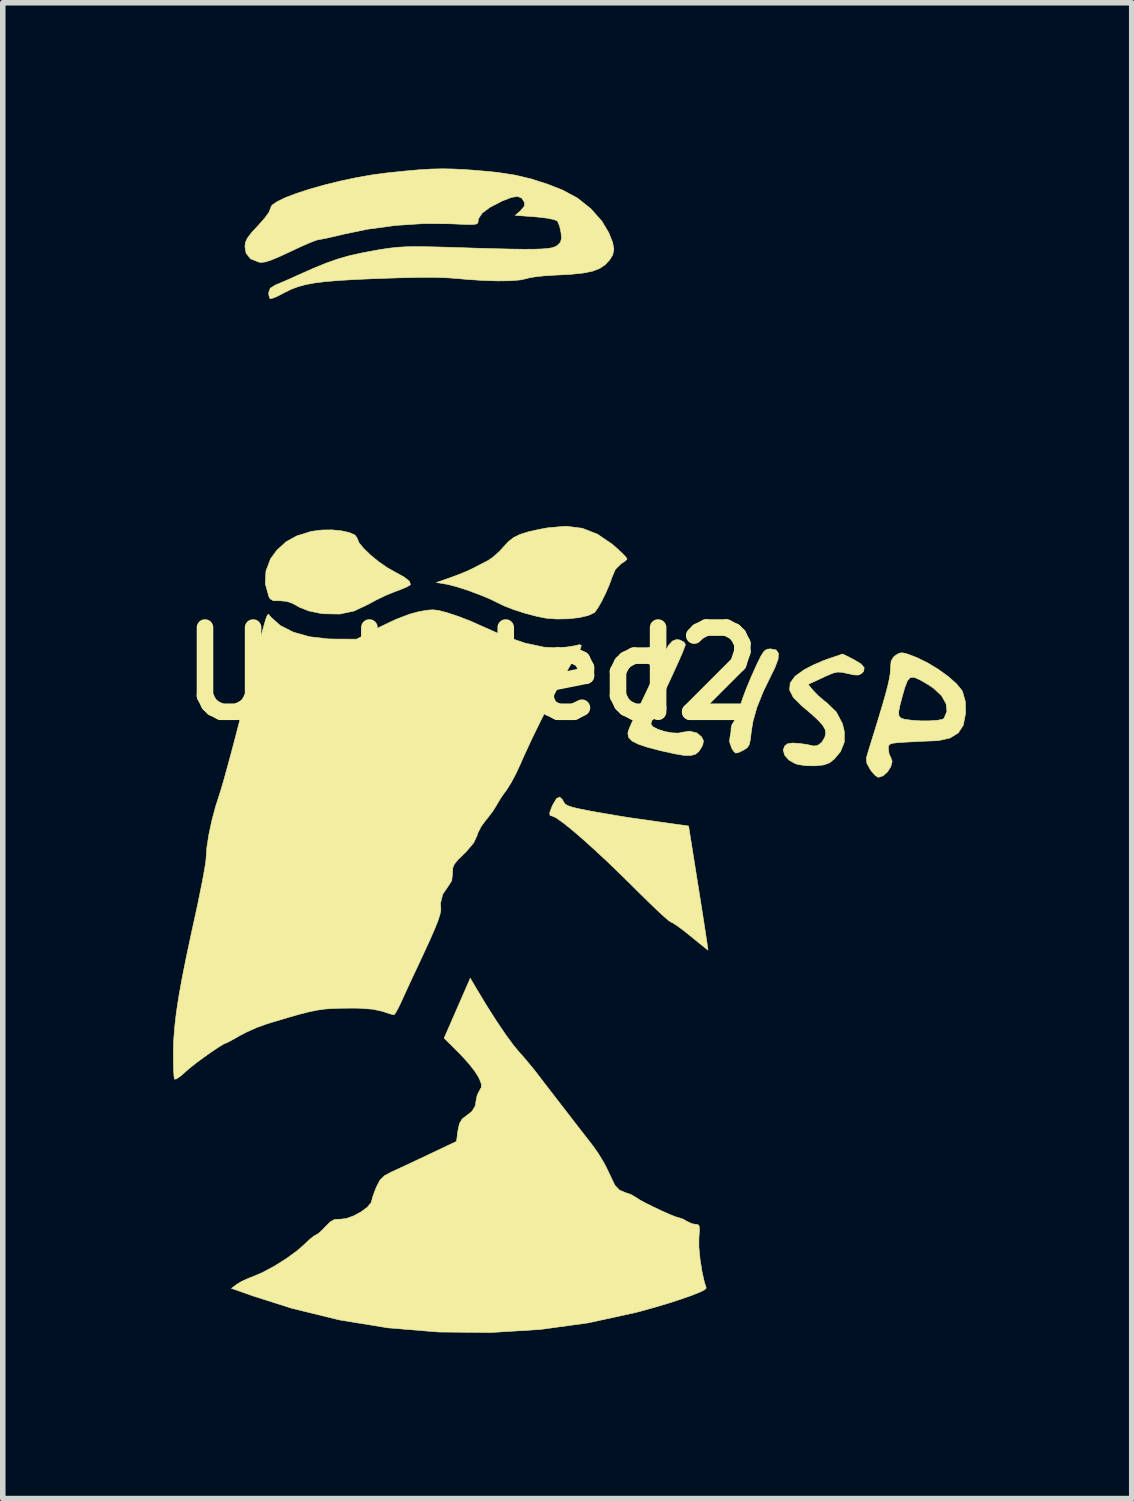
<source format=kicad_pcb>
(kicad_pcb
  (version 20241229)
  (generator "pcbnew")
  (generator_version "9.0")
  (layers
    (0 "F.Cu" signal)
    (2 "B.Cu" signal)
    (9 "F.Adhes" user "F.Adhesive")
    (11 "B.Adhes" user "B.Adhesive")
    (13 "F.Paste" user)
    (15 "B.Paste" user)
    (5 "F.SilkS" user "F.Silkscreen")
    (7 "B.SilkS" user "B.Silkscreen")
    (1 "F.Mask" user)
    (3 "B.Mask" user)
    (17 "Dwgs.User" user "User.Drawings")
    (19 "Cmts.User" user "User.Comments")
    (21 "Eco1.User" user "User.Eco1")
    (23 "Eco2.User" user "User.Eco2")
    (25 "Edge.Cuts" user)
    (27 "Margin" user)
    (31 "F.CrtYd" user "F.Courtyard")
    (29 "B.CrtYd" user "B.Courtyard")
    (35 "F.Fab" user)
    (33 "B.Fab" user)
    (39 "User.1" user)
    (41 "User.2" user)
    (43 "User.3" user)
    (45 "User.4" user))
  (footprint "Untitled2"
    (layer "F.Cu")
    (at 5.486 9.142)
    (property "Reference" "Untitled2" (at 0 0 0) (layer "F.SilkS") (effects (font (size 1.524 1.524) (thickness 0.3))))
    (attr through_hole)
    (fp_poly (pts (xy 5.508 -0.43) (xy 5.553 -0.369) (xy 5.546 -0.261) (xy 5.485 -0.101) (xy 5.443 -0.017) (xy 5.279 0.32) (xy 5.162 0.611) (xy 5.09 0.868) (xy 5.061 1.049) (xy 5.044 1.195) (xy 5.023 1.285) (xy 4.989 1.338) (xy 4.934 1.376) (xy 4.914 1.386) (xy 4.824 1.43) (xy 4.777 1.437) (xy 4.742 1.404) (xy 4.708 1.352) (xy 4.666 1.228) (xy 4.676 1.147) (xy 4.694 1.049) (xy 4.695 0.986) (xy 4.711 0.923) (xy 4.762 0.839) (xy 4.765 0.834) (xy 4.822 0.741) (xy 4.846 0.661) (xy 4.846 0.66) (xy 4.862 0.579) (xy 4.906 0.443) (xy 4.972 0.268) (xy 5.055 0.069) (xy 5.148 -0.139) (xy 5.174 -0.195) (xy 5.241 -0.329) (xy 5.292 -0.406) (xy 5.342 -0.441) (xy 5.404 -0.449) (xy 5.408 -0.449) (xy 5.508 -0.43)) (stroke (width 0.01) (type solid)) (fill yes) (layer "F.SilkS"))
    (fp_poly (pts (xy -2.356 -2.585) (xy -2.212 -2.553) (xy -2.112 -2.508) (xy -2.071 -2.452) (xy -2.071 -2.449) (xy -2.04 -2.371) (xy -1.955 -2.267) (xy -1.832 -2.148) (xy -1.684 -2.027) (xy -1.526 -1.917) (xy -1.387 -1.839) (xy -1.22 -1.747) (xy -1.127 -1.672) (xy -1.108 -1.616) (xy -1.117 -1.603) (xy -1.172 -1.571) (xy -1.277 -1.526) (xy -1.388 -1.485) (xy -1.546 -1.421) (xy -1.727 -1.334) (xy -1.875 -1.254) (xy -2.128 -1.134) (xy -2.386 -1.079) (xy -2.672 -1.084) (xy -2.755 -1.095) (xy -2.946 -1.135) (xy -3.113 -1.201) (xy -3.243 -1.273) (xy -3.35 -1.309) (xy -3.476 -1.32) (xy -3.485 -1.319) (xy -3.59 -1.321) (xy -3.647 -1.355) (xy -3.669 -1.393) (xy -3.734 -1.624) (xy -3.723 -1.856) (xy -3.64 -2.077) (xy -3.527 -2.232) (xy -3.36 -2.386) (xy -3.166 -2.493) (xy -2.925 -2.568) (xy -2.879 -2.578) (xy -2.706 -2.6) (xy -2.526 -2.602) (xy -2.356 -2.585)) (stroke (width 0.01) (type solid)) (fill yes) (layer "F.SilkS"))
    (fp_poly (pts (xy 3.767 -0.61) (xy 3.842 -0.572) (xy 3.869 -0.527) (xy 3.852 -0.475) (xy 3.808 -0.364) (xy 3.739 -0.208) (xy 3.653 -0.017) (xy 3.556 0.191) (xy 3.457 0.402) (xy 3.371 0.593) (xy 3.303 0.749) (xy 3.259 0.859) (xy 3.243 0.911) (xy 3.279 0.96) (xy 3.369 1.007) (xy 3.491 1.046) (xy 3.622 1.071) (xy 3.739 1.076) (xy 3.797 1.064) (xy 3.943 1.04) (xy 4.076 1.073) (xy 4.161 1.144) (xy 4.195 1.214) (xy 4.183 1.285) (xy 4.163 1.327) (xy 4.112 1.407) (xy 4.051 1.458) (xy 3.966 1.481) (xy 3.844 1.479) (xy 3.673 1.45) (xy 3.44 1.398) (xy 3.438 1.398) (xy 3.193 1.335) (xy 3.016 1.276) (xy 2.902 1.218) (xy 2.841 1.154) (xy 2.827 1.082) (xy 2.835 1.04) (xy 2.86 0.974) (xy 2.913 0.854) (xy 2.985 0.699) (xy 3.066 0.528) (xy 3.164 0.324) (xy 3.263 0.112) (xy 3.352 -0.081) (xy 3.403 -0.195) (xy 3.492 -0.389) (xy 3.567 -0.517) (xy 3.634 -0.59) (xy 3.703 -0.617) (xy 3.767 -0.61)) (stroke (width 0.01) (type solid)) (fill yes) (layer "F.SilkS"))
    (fp_poly (pts (xy 2.004 -2.631) (xy 2.279 -2.523) (xy 2.546 -2.341) (xy 2.617 -2.279) (xy 2.716 -2.187) (xy 2.787 -2.114) (xy 2.813 -2.077) (xy 2.783 -2.042) (xy 2.709 -1.992) (xy 2.704 -1.99) (xy 2.602 -1.889) (xy 2.544 -1.755) (xy 2.494 -1.616) (xy 2.427 -1.46) (xy 2.353 -1.31) (xy 2.282 -1.186) (xy 2.227 -1.111) (xy 2.221 -1.106) (xy 2.113 -1.054) (xy 1.949 -1.015) (xy 1.75 -0.993) (xy 1.537 -0.989) (xy 1.348 -1.004) (xy 1.177 -1.038) (xy 0.975 -1.091) (xy 0.771 -1.156) (xy 0.594 -1.224) (xy 0.501 -1.269) (xy 0.342 -1.347) (xy 0.142 -1.43) (xy -0.074 -1.51) (xy -0.278 -1.575) (xy -0.443 -1.617) (xy -0.465 -1.621) (xy -0.637 -1.65) (xy -0.37 -1.743) (xy -0.213 -1.802) (xy -0.064 -1.864) (xy 0.036 -1.912) (xy 0.163 -1.979) (xy 0.287 -2.042) (xy 0.298 -2.048) (xy 0.39 -2.111) (xy 0.501 -2.211) (xy 0.577 -2.294) (xy 0.667 -2.391) (xy 0.76 -2.464) (xy 0.874 -2.52) (xy 1.024 -2.567) (xy 1.227 -2.612) (xy 1.38 -2.64) (xy 1.708 -2.669) (xy 2.004 -2.631)) (stroke (width 0.01) (type solid)) (fill yes) (layer "F.SilkS"))
    (fp_poly (pts (xy 1.645 2.282) (xy 1.661 2.315) (xy 1.687 2.355) (xy 1.735 2.387) (xy 1.818 2.416) (xy 1.949 2.447) (xy 2.143 2.485) (xy 2.169 2.49) (xy 2.39 2.529) (xy 2.62 2.568) (xy 2.828 2.602) (xy 2.95 2.62) (xy 3.151 2.648) (xy 3.381 2.681) (xy 3.59 2.71) (xy 3.595 2.711) (xy 3.926 2.758) (xy 4.105 3.88) (xy 4.15 4.165) (xy 4.191 4.424) (xy 4.225 4.646) (xy 4.252 4.822) (xy 4.27 4.943) (xy 4.277 4.999) (xy 4.277 5.002) (xy 4.246 4.979) (xy 4.167 4.916) (xy 4.055 4.825) (xy 3.962 4.749) (xy 3.828 4.642) (xy 3.713 4.558) (xy 3.632 4.506) (xy 3.605 4.495) (xy 3.565 4.468) (xy 3.478 4.393) (xy 3.354 4.278) (xy 3.2 4.13) (xy 3.024 3.958) (xy 2.921 3.855) (xy 2.678 3.615) (xy 2.438 3.385) (xy 2.209 3.172) (xy 1.997 2.982) (xy 1.809 2.821) (xy 1.654 2.697) (xy 1.538 2.614) (xy 1.469 2.58) (xy 1.463 2.579) (xy 1.418 2.565) (xy 1.413 2.515) (xy 1.45 2.415) (xy 1.473 2.365) (xy 1.536 2.261) (xy 1.593 2.233) (xy 1.645 2.282)) (stroke (width 0.01) (type solid)) (fill yes) (layer "F.SilkS"))
    (fp_poly (pts (xy 6.914 -0.256) (xy 7.045 -0.177) (xy 7.104 -0.108) (xy 7.094 -0.042) (xy 7.054 -0.001) (xy 7 0.025) (xy 6.916 0.022) (xy 6.806 -0.002) (xy 6.702 -0.025) (xy 6.622 -0.029) (xy 6.537 -0.009) (xy 6.42 0.04) (xy 6.352 0.072) (xy 6.089 0.194) (xy 6.181 0.305) (xy 6.273 0.4) (xy 6.388 0.498) (xy 6.419 0.52) (xy 6.598 0.692) (xy 6.71 0.903) (xy 6.744 1.045) (xy 6.744 1.241) (xy 6.674 1.413) (xy 6.562 1.546) (xy 6.475 1.614) (xy 6.376 1.651) (xy 6.234 1.667) (xy 6.223 1.668) (xy 6.071 1.666) (xy 5.927 1.648) (xy 5.863 1.631) (xy 5.742 1.564) (xy 5.664 1.474) (xy 5.639 1.379) (xy 5.667 1.308) (xy 5.72 1.268) (xy 5.805 1.255) (xy 5.919 1.262) (xy 6.047 1.279) (xy 6.149 1.299) (xy 6.181 1.309) (xy 6.258 1.303) (xy 6.336 1.243) (xy 6.392 1.151) (xy 6.409 1.071) (xy 6.396 1.007) (xy 6.354 0.934) (xy 6.272 0.843) (xy 6.144 0.725) (xy 5.965 0.574) (xy 5.821 0.429) (xy 5.754 0.295) (xy 5.765 0.169) (xy 5.853 0.047) (xy 6.019 -0.072) (xy 6.026 -0.076) (xy 6.184 -0.157) (xy 6.367 -0.236) (xy 6.474 -0.275) (xy 6.715 -0.356) (xy 6.914 -0.256)) (stroke (width 0.01) (type solid)) (fill yes) (layer "F.SilkS"))
    (fp_poly (pts (xy 7.863 -0.364) (xy 7.977 -0.322) (xy 8.046 -0.295) (xy 8.242 -0.201) (xy 8.44 -0.082) (xy 8.622 0.049) (xy 8.771 0.18) (xy 8.869 0.298) (xy 8.885 0.328) (xy 8.935 0.505) (xy 8.94 0.712) (xy 8.901 0.917) (xy 8.894 0.938) (xy 8.807 1.072) (xy 8.659 1.164) (xy 8.455 1.21) (xy 8.381 1.215) (xy 8.245 1.22) (xy 8.067 1.228) (xy 7.883 1.238) (xy 7.864 1.239) (xy 7.706 1.249) (xy 7.611 1.261) (xy 7.562 1.28) (xy 7.544 1.314) (xy 7.542 1.363) (xy 7.556 1.458) (xy 7.583 1.511) (xy 7.61 1.586) (xy 7.586 1.682) (xy 7.526 1.778) (xy 7.443 1.85) (xy 7.359 1.876) (xy 7.309 1.846) (xy 7.241 1.771) (xy 7.215 1.736) (xy 7.154 1.626) (xy 7.143 1.537) (xy 7.153 1.492) (xy 7.176 1.414) (xy 7.217 1.28) (xy 7.27 1.11) (xy 7.323 0.938) (xy 7.395 0.701) (xy 7.727 0.701) (xy 7.734 0.767) (xy 7.769 0.804) (xy 7.834 0.825) (xy 7.835 0.825) (xy 7.967 0.844) (xy 8.123 0.854) (xy 8.281 0.854) (xy 8.419 0.845) (xy 8.516 0.828) (xy 8.547 0.811) (xy 8.602 0.683) (xy 8.586 0.543) (xy 8.505 0.4) (xy 8.361 0.264) (xy 8.275 0.206) (xy 8.118 0.114) (xy 8.01 0.066) (xy 7.937 0.07) (xy 7.885 0.131) (xy 7.838 0.256) (xy 7.792 0.417) (xy 7.747 0.589) (xy 7.727 0.701) (xy 7.395 0.701) (xy 7.411 0.648) (xy 7.478 0.42) (xy 7.525 0.245) (xy 7.556 0.109) (xy 7.574 0.003) (xy 7.581 -0.086) (xy 7.581 -0.113) (xy 7.592 -0.23) (xy 7.637 -0.303) (xy 7.68 -0.337) (xy 7.736 -0.369) (xy 7.79 -0.378) (xy 7.863 -0.364)) (stroke (width 0.01) (type solid)) (fill yes) (layer "F.SilkS"))
    (fp_poly (pts (xy 0.072 5.677) (xy 0.263 5.994) (xy 0.445 6.281) (xy 0.611 6.527) (xy 0.754 6.722) (xy 0.845 6.832) (xy 0.972 6.976) (xy 1.105 7.137) (xy 1.191 7.246) (xy 1.31 7.402) (xy 1.456 7.591) (xy 1.617 7.8) (xy 1.78 8.011) (xy 1.934 8.21) (xy 2.068 8.382) (xy 2.168 8.511) (xy 2.187 8.535) (xy 2.293 8.685) (xy 2.396 8.856) (xy 2.442 8.945) (xy 2.506 9.079) (xy 2.563 9.198) (xy 2.592 9.259) (xy 2.673 9.345) (xy 2.775 9.389) (xy 2.885 9.428) (xy 2.967 9.475) (xy 2.972 9.478) (xy 3.035 9.52) (xy 3.147 9.581) (xy 3.289 9.651) (xy 3.44 9.723) (xy 3.582 9.786) (xy 3.694 9.831) (xy 3.757 9.849) (xy 3.757 9.849) (xy 3.828 9.872) (xy 3.886 9.907) (xy 3.982 9.953) (xy 4.047 9.965) (xy 4.093 9.97) (xy 4.117 9.997) (xy 4.123 10.064) (xy 4.115 10.188) (xy 4.113 10.214) (xy 4.113 10.382) (xy 4.133 10.592) (xy 4.167 10.812) (xy 4.211 11.01) (xy 4.246 11.119) (xy 4.218 11.149) (xy 4.125 11.195) (xy 3.977 11.254) (xy 3.785 11.321) (xy 3.56 11.394) (xy 3.311 11.468) (xy 3.05 11.541) (xy 2.961 11.564) (xy 2.107 11.75) (xy 1.238 11.869) (xy 0.342 11.924) (xy -0.59 11.915) (xy -0.625 11.913) (xy -1.517 11.839) (xy -2.39 11.697) (xy -3.257 11.485) (xy -3.942 11.267) (xy -4.347 11.125) (xy -4.254 11.054) (xy -4.159 10.997) (xy -4.032 10.94) (xy -3.984 10.922) (xy -3.791 10.841) (xy -3.569 10.722) (xy -3.348 10.583) (xy -3.152 10.44) (xy -3.037 10.338) (xy -2.939 10.246) (xy -2.861 10.182) (xy -2.821 10.16) (xy -2.775 10.133) (xy -2.7 10.065) (xy -2.649 10.011) (xy -2.557 9.92) (xy -2.482 9.879) (xy -2.394 9.873) (xy -2.38 9.874) (xy -2.268 9.861) (xy -2.133 9.812) (xy -1.999 9.739) (xy -1.887 9.656) (xy -1.821 9.576) (xy -1.812 9.55) (xy -1.79 9.466) (xy -1.747 9.348) (xy -1.722 9.287) (xy -1.658 9.165) (xy -1.576 9.085) (xy -1.457 9.021) (xy -1.351 8.973) (xy -1.194 8.9) (xy -1.007 8.812) (xy -0.807 8.718) (xy -0.772 8.701) (xy -0.274 8.465) (xy -0.249 8.275) (xy -0.221 8.142) (xy -0.172 8.06) (xy -0.122 8.021) (xy 0.006 7.922) (xy 0.068 7.818) (xy 0.078 7.738) (xy 0.101 7.627) (xy 0.14 7.549) (xy 0.174 7.489) (xy 0.177 7.431) (xy 0.145 7.345) (xy 0.121 7.297) (xy 0.057 7.195) (xy -0.047 7.062) (xy -0.172 6.922) (xy -0.228 6.864) (xy -0.498 6.596) (xy -0.025 5.512) (xy 0.072 5.677)) (stroke (width 0.01) (type solid)) (fill yes) (layer "F.SilkS"))
    (fp_poly (pts (xy -0.602 -1.145) (xy -0.469 -1.11) (xy -0.414 -1.094) (xy -0.229 -1.032) (xy -0.023 -0.952) (xy 0.137 -0.881) (xy 0.574 -0.687) (xy 0.963 -0.554) (xy 1.308 -0.48) (xy 1.61 -0.464) (xy 1.866 -0.505) (xy 1.953 -0.525) (xy 1.985 -0.511) (xy 1.967 -0.454) (xy 1.906 -0.352) (xy 1.764 -0.116) (xy 1.602 0.173) (xy 1.43 0.497) (xy 1.256 0.839) (xy 1.09 1.179) (xy 0.942 1.499) (xy 0.882 1.637) (xy 0.804 1.804) (xy 0.722 1.96) (xy 0.648 2.08) (xy 0.63 2.106) (xy 0.543 2.226) (xy 0.467 2.35) (xy 0.453 2.376) (xy 0.384 2.487) (xy 0.291 2.61) (xy 0.257 2.65) (xy 0.172 2.766) (xy 0.11 2.887) (xy 0.098 2.929) (xy 0.038 3.059) (xy -0.093 3.215) (xy -0.143 3.264) (xy -0.254 3.373) (xy -0.316 3.452) (xy -0.343 3.52) (xy -0.346 3.598) (xy -0.345 3.607) (xy -0.361 3.747) (xy -0.419 3.838) (xy -0.524 3.992) (xy -0.564 4.153) (xy -0.559 4.227) (xy -0.558 4.283) (xy -0.575 4.364) (xy -0.612 4.477) (xy -0.673 4.631) (xy -0.762 4.833) (xy -0.881 5.091) (xy -0.976 5.295) (xy -1.066 5.486) (xy -1.157 5.682) (xy -1.235 5.853) (xy -1.27 5.93) (xy -1.328 6.052) (xy -1.377 6.14) (xy -1.407 6.174) (xy -1.407 6.174) (xy -1.458 6.162) (xy -1.555 6.131) (xy -1.607 6.113) (xy -1.786 6.073) (xy -2.04 6.054) (xy -2.168 6.053) (xy -2.359 6.055) (xy -2.518 6.06) (xy -2.659 6.07) (xy -2.797 6.09) (xy -2.946 6.121) (xy -3.121 6.165) (xy -3.337 6.227) (xy -3.608 6.308) (xy -3.712 6.34) (xy -3.892 6.405) (xy -4.083 6.491) (xy -4.194 6.549) (xy -4.311 6.616) (xy -4.398 6.664) (xy -4.438 6.682) (xy -4.49 6.704) (xy -4.587 6.763) (xy -4.713 6.848) (xy -4.852 6.946) (xy -4.988 7.047) (xy -5.105 7.14) (xy -5.176 7.202) (xy -5.271 7.285) (xy -5.344 7.334) (xy -5.378 7.339) (xy -5.387 7.287) (xy -5.394 7.175) (xy -5.398 7.019) (xy -5.399 6.861) (xy -5.393 6.638) (xy -5.375 6.4) (xy -5.345 6.138) (xy -5.3 5.843) (xy -5.239 5.504) (xy -5.161 5.113) (xy -5.064 4.659) (xy -5.021 4.465) (xy -4.962 4.192) (xy -4.909 3.935) (xy -4.864 3.708) (xy -4.831 3.523) (xy -4.811 3.392) (xy -4.806 3.338) (xy -4.793 3.149) (xy -4.756 2.912) (xy -4.7 2.651) (xy -4.63 2.391) (xy -4.573 2.215) (xy -4.536 2.098) (xy -4.483 1.917) (xy -4.419 1.684) (xy -4.345 1.412) (xy -4.266 1.112) (xy -4.185 0.797) (xy -4.146 0.645) (xy -4.043 0.233) (xy -3.956 -0.11) (xy -3.886 -0.389) (xy -3.829 -0.61) (xy -3.784 -0.78) (xy -3.75 -0.905) (xy -3.724 -0.991) (xy -3.704 -1.043) (xy -3.688 -1.069) (xy -3.676 -1.074) (xy -3.664 -1.064) (xy -3.651 -1.045) (xy -3.638 -1.027) (xy -3.462 -0.87) (xy -3.224 -0.75) (xy -2.932 -0.668) (xy -2.594 -0.629) (xy -2.457 -0.626) (xy -2.081 -0.625) (xy -1.665 -0.842) (xy -1.379 -0.979) (xy -1.123 -1.077) (xy -0.97 -1.118) (xy -0.818 -1.147) (xy -0.707 -1.156) (xy -0.602 -1.145)) (stroke (width 0.01) (type solid)) (fill yes) (layer "F.SilkS"))
    (fp_poly (pts (xy -0.322 -9.133) (xy -0.098 -9.121) (xy 0.088 -9.108) (xy 0.46 -9.073) (xy 0.781 -9.024) (xy 1.077 -8.954) (xy 1.375 -8.858) (xy 1.641 -8.754) (xy 1.913 -8.609) (xy 2.158 -8.413) (xy 2.359 -8.186) (xy 2.483 -7.977) (xy 2.551 -7.806) (xy 2.574 -7.679) (xy 2.552 -7.575) (xy 2.497 -7.488) (xy 2.414 -7.399) (xy 2.315 -7.333) (xy 2.186 -7.284) (xy 2.016 -7.25) (xy 1.792 -7.227) (xy 1.504 -7.212) (xy 1.324 -7.201) (xy 1.16 -7.184) (xy 1.038 -7.163) (xy 0.996 -7.151) (xy 0.882 -7.126) (xy 0.703 -7.111) (xy 0.474 -7.108) (xy 0.208 -7.116) (xy -0.082 -7.135) (xy -0.241 -7.15) (xy -0.433 -7.164) (xy -0.664 -7.172) (xy -0.942 -7.172) (xy -1.278 -7.165) (xy -1.681 -7.152) (xy -1.705 -7.151) (xy -2.08 -7.135) (xy -2.387 -7.117) (xy -2.637 -7.097) (xy -2.84 -7.072) (xy -3.006 -7.041) (xy -3.147 -7.002) (xy -3.273 -6.954) (xy -3.394 -6.894) (xy -3.425 -6.877) (xy -3.536 -6.821) (xy -3.618 -6.79) (xy -3.649 -6.788) (xy -3.669 -6.843) (xy -3.673 -6.899) (xy -3.644 -6.976) (xy -3.548 -7.035) (xy -3.546 -7.036) (xy -3.447 -7.077) (xy -3.306 -7.138) (xy -3.154 -7.207) (xy -3.146 -7.21) (xy -2.864 -7.336) (xy -2.628 -7.432) (xy -2.417 -7.506) (xy -2.206 -7.566) (xy -1.974 -7.617) (xy -1.698 -7.668) (xy -1.628 -7.68) (xy -1.483 -7.701) (xy -1.34 -7.717) (xy -1.184 -7.726) (xy -1.001 -7.729) (xy -0.775 -7.726) (xy -0.492 -7.719) (xy -0.358 -7.715) (xy 0.07 -7.701) (xy 0.427 -7.691) (xy 0.719 -7.684) (xy 0.954 -7.681) (xy 1.138 -7.682) (xy 1.28 -7.687) (xy 1.384 -7.696) (xy 1.46 -7.709) (xy 1.512 -7.727) (xy 1.549 -7.749) (xy 1.55 -7.749) (xy 1.608 -7.808) (xy 1.626 -7.879) (xy 1.617 -7.984) (xy 1.592 -8.098) (xy 1.558 -8.181) (xy 1.549 -8.194) (xy 1.492 -8.218) (xy 1.377 -8.242) (xy 1.225 -8.261) (xy 1.147 -8.268) (xy 0.79 -8.295) (xy 0.886 -8.378) (xy 0.955 -8.463) (xy 0.955 -8.53) (xy 0.907 -8.607) (xy 0.833 -8.637) (xy 0.721 -8.62) (xy 0.558 -8.557) (xy 0.548 -8.552) (xy 0.331 -8.44) (xy 0.19 -8.335) (xy 0.124 -8.235) (xy 0.117 -8.193) (xy 0.113 -8.162) (xy 0.094 -8.141) (xy 0.046 -8.131) (xy -0.043 -8.128) (xy -0.186 -8.133) (xy -0.381 -8.142) (xy -0.863 -8.146) (xy -1.378 -8.112) (xy -1.889 -8.043) (xy -2.325 -7.952) (xy -2.495 -7.911) (xy -2.64 -7.879) (xy -2.741 -7.859) (xy -2.775 -7.854) (xy -2.832 -7.838) (xy -2.943 -7.794) (xy -3.093 -7.728) (xy -3.266 -7.647) (xy -3.283 -7.639) (xy -3.485 -7.545) (xy -3.632 -7.484) (xy -3.737 -7.451) (xy -3.814 -7.443) (xy -3.849 -7.448) (xy -3.998 -7.506) (xy -4.081 -7.607) (xy -4.103 -7.727) (xy -4.094 -7.805) (xy -4.058 -7.883) (xy -3.985 -7.979) (xy -3.866 -8.108) (xy -3.747 -8.241) (xy -3.67 -8.348) (xy -3.641 -8.417) (xy -3.641 -8.423) (xy -3.613 -8.479) (xy -3.518 -8.544) (xy -3.366 -8.617) (xy -3.166 -8.693) (xy -2.928 -8.77) (xy -2.662 -8.845) (xy -2.378 -8.915) (xy -2.086 -8.977) (xy -1.796 -9.028) (xy -1.517 -9.065) (xy -1.504 -9.066) (xy -1.193 -9.098) (xy -0.939 -9.12) (xy -0.723 -9.133) (xy -0.524 -9.137) (xy -0.322 -9.133)) (stroke (width 0.01) (type solid)) (fill yes) (layer "F.SilkS")))
  (gr_rect
    (start -3 -3)
    (end 17.432 24.071)
    (stroke (width 0.1) (type default))
    (fill no)
    (layer "Edge.Cuts")))
</source>
